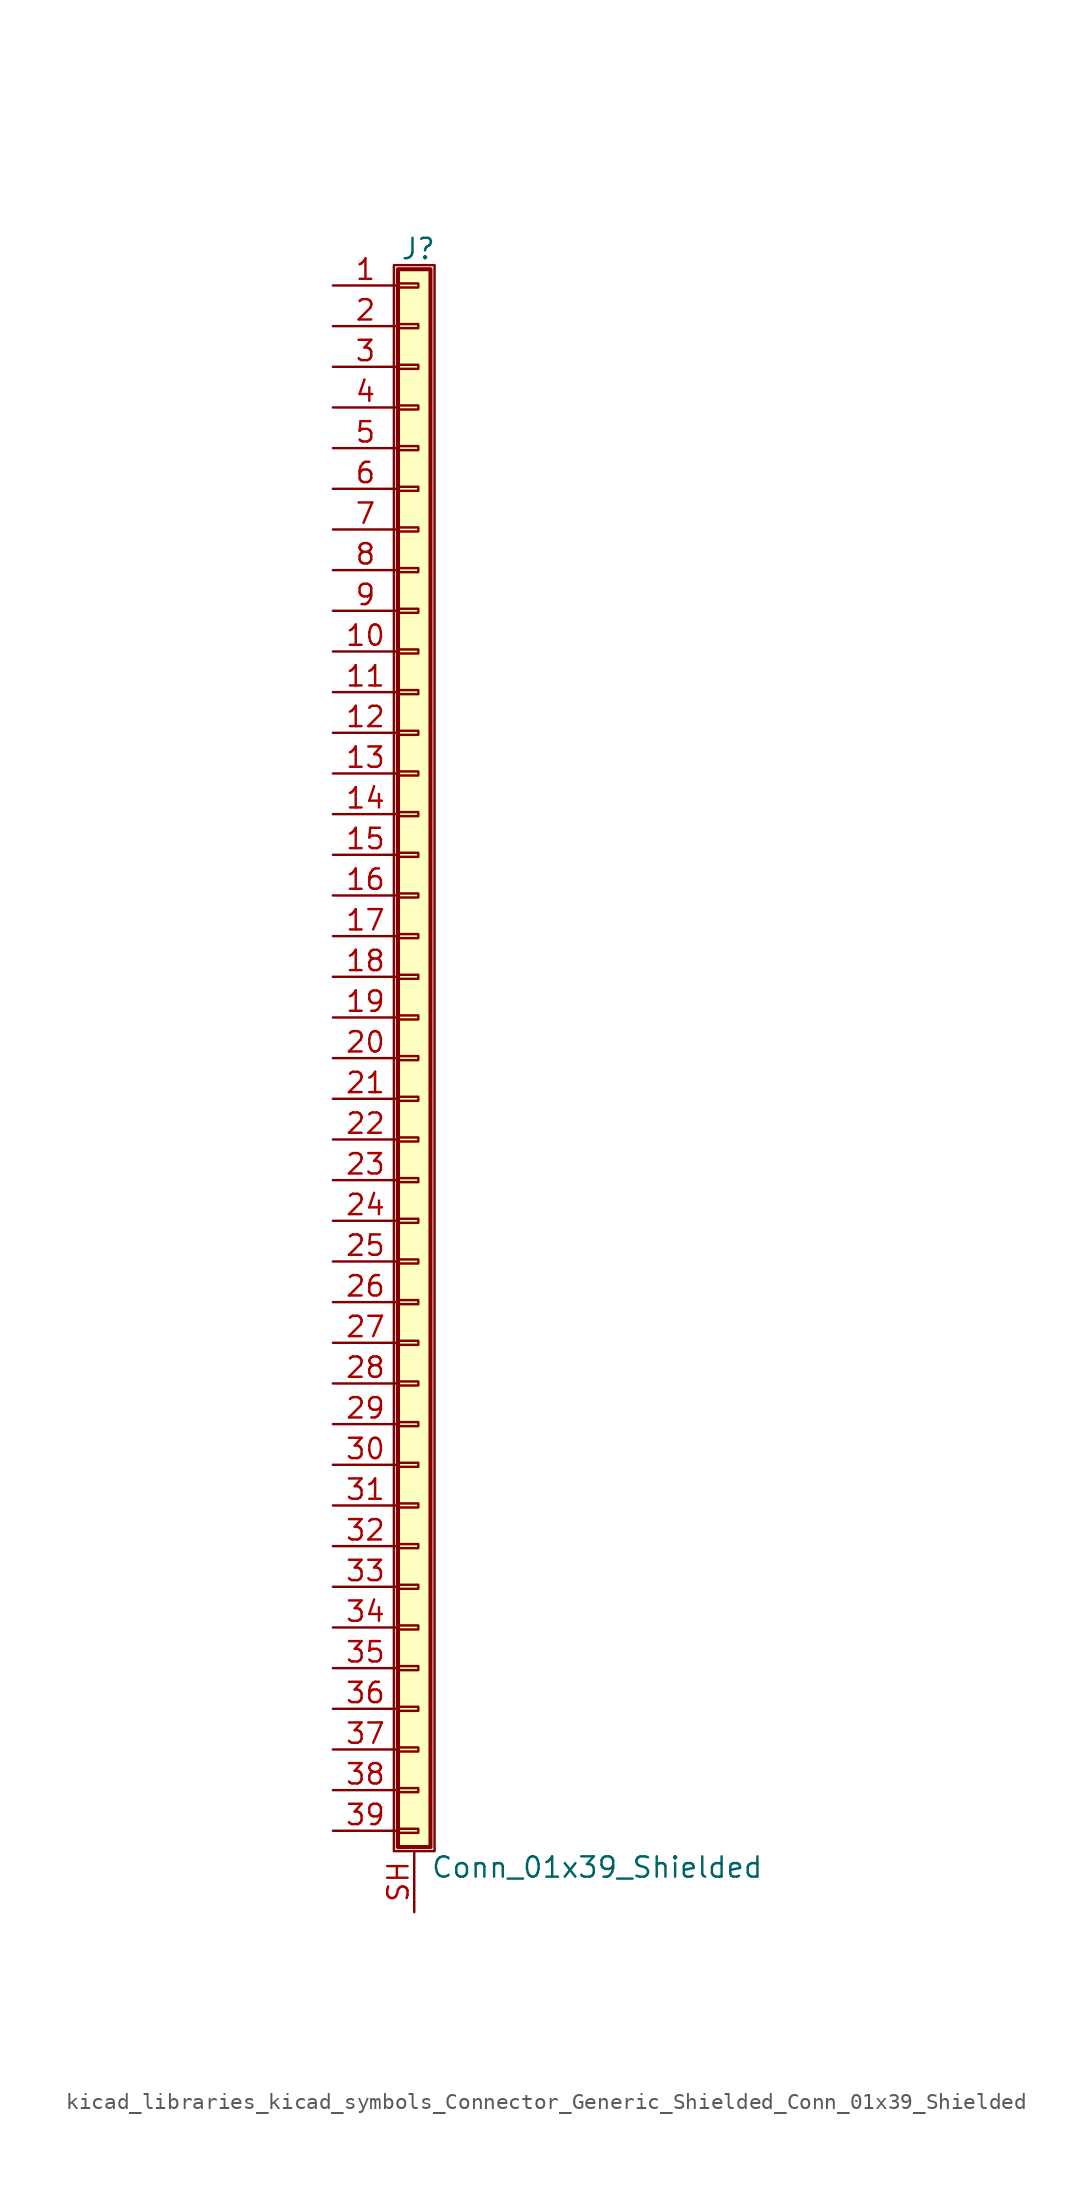
<source format=kicad_sym>
(kicad_symbol_lib
  (version 20220914)
  (generator kicad_symbol_editor)
  (symbol "kicad_libraries_kicad_symbols_Connector_Generic_Shielded_Conn_01x39_Shielded"
    (pin_names
      (offset 1.016) hide)
    (property "Reference" "J"
      (at 0.254 50.546 0)
      (effects (font (size 1.27 1.27))))
    (property "Value" "Conn_01x39_Shielded"
      (at 1.016 -50.546 0)
      (effects (font (size 1.27 1.27)) (justify left)))
    (symbol "kicad_libraries_kicad_symbols_Connector_Generic_Shielded_Conn_01x39_Shielded_1_1"
      (rectangle (start -1.27 49.53) (end 1.27 -49.53) (stroke (width 0.152) (type default)) (fill (type none)))
      (rectangle (start -1.016 -48.133) (end 0.254 -48.387) (stroke (width 0.152) (type default)) (fill (type none)))
      (rectangle (start -1.016 -45.593) (end 0.254 -45.847) (stroke (width 0.152) (type default)) (fill (type none)))
      (rectangle (start -1.016 -43.053) (end 0.254 -43.307) (stroke (width 0.152) (type default)) (fill (type none)))
      (rectangle (start -1.016 -40.513) (end 0.254 -40.767) (stroke (width 0.152) (type default)) (fill (type none)))
      (rectangle (start -1.016 -37.973) (end 0.254 -38.227) (stroke (width 0.152) (type default)) (fill (type none)))
      (rectangle (start -1.016 -35.433) (end 0.254 -35.687) (stroke (width 0.152) (type default)) (fill (type none)))
      (rectangle (start -1.016 -32.893) (end 0.254 -33.147) (stroke (width 0.152) (type default)) (fill (type none)))
      (rectangle (start -1.016 -30.353) (end 0.254 -30.607) (stroke (width 0.152) (type default)) (fill (type none)))
      (rectangle (start -1.016 -27.813) (end 0.254 -28.067) (stroke (width 0.152) (type default)) (fill (type none)))
      (rectangle (start -1.016 -25.273) (end 0.254 -25.527) (stroke (width 0.152) (type default)) (fill (type none)))
      (rectangle (start -1.016 -22.733) (end 0.254 -22.987) (stroke (width 0.152) (type default)) (fill (type none)))
      (rectangle (start -1.016 -20.193) (end 0.254 -20.447) (stroke (width 0.152) (type default)) (fill (type none)))
      (rectangle (start -1.016 -17.653) (end 0.254 -17.907) (stroke (width 0.152) (type default)) (fill (type none)))
      (rectangle (start -1.016 -15.113) (end 0.254 -15.367) (stroke (width 0.152) (type default)) (fill (type none)))
      (rectangle (start -1.016 -12.573) (end 0.254 -12.827) (stroke (width 0.152) (type default)) (fill (type none)))
      (rectangle (start -1.016 -10.033) (end 0.254 -10.287) (stroke (width 0.152) (type default)) (fill (type none)))
      (rectangle (start -1.016 -7.493) (end 0.254 -7.747) (stroke (width 0.152) (type default)) (fill (type none)))
      (rectangle (start -1.016 -4.953) (end 0.254 -5.207) (stroke (width 0.152) (type default)) (fill (type none)))
      (rectangle (start -1.016 -2.413) (end 0.254 -2.667) (stroke (width 0.152) (type default)) (fill (type none)))
      (rectangle (start -1.016 0.127) (end 0.254 -0.127) (stroke (width 0.152) (type default)) (fill (type none)))
      (rectangle (start -1.016 2.667) (end 0.254 2.413) (stroke (width 0.152) (type default)) (fill (type none)))
      (rectangle (start -1.016 5.207) (end 0.254 4.953) (stroke (width 0.152) (type default)) (fill (type none)))
      (rectangle (start -1.016 7.747) (end 0.254 7.493) (stroke (width 0.152) (type default)) (fill (type none)))
      (rectangle (start -1.016 10.287) (end 0.254 10.033) (stroke (width 0.152) (type default)) (fill (type none)))
      (rectangle (start -1.016 12.827) (end 0.254 12.573) (stroke (width 0.152) (type default)) (fill (type none)))
      (rectangle (start -1.016 15.367) (end 0.254 15.113) (stroke (width 0.152) (type default)) (fill (type none)))
      (rectangle (start -1.016 17.907) (end 0.254 17.653) (stroke (width 0.152) (type default)) (fill (type none)))
      (rectangle (start -1.016 20.447) (end 0.254 20.193) (stroke (width 0.152) (type default)) (fill (type none)))
      (rectangle (start -1.016 22.987) (end 0.254 22.733) (stroke (width 0.152) (type default)) (fill (type none)))
      (rectangle (start -1.016 25.527) (end 0.254 25.273) (stroke (width 0.152) (type default)) (fill (type none)))
      (rectangle (start -1.016 28.067) (end 0.254 27.813) (stroke (width 0.152) (type default)) (fill (type none)))
      (rectangle (start -1.016 30.607) (end 0.254 30.353) (stroke (width 0.152) (type default)) (fill (type none)))
      (rectangle (start -1.016 33.147) (end 0.254 32.893) (stroke (width 0.152) (type default)) (fill (type none)))
      (rectangle (start -1.016 35.687) (end 0.254 35.433) (stroke (width 0.152) (type default)) (fill (type none)))
      (rectangle (start -1.016 38.227) (end 0.254 37.973) (stroke (width 0.152) (type default)) (fill (type none)))
      (rectangle (start -1.016 40.767) (end 0.254 40.513) (stroke (width 0.152) (type default)) (fill (type none)))
      (rectangle (start -1.016 43.307) (end 0.254 43.053) (stroke (width 0.152) (type default)) (fill (type none)))
      (rectangle (start -1.016 45.847) (end 0.254 45.593) (stroke (width 0.152) (type default)) (fill (type none)))
      (rectangle (start -1.016 48.387) (end 0.254 48.133) (stroke (width 0.152) (type default)) (fill (type none)))
      (rectangle (start -1.016 49.276) (end 1.016 -49.276) (stroke (width 0.254) (type default)) (fill (type background)))
      (pin passive line (at -5.08 48.26 0) (length 4.064) (name "Pin_1" (effects (font (size 1.27 1.27)))) (number "1" (effects (font (size 1.27 1.27)))))
      (pin passive line (at -5.08 25.4 0) (length 4.064) (name "Pin_10" (effects (font (size 1.27 1.27)))) (number "10" (effects (font (size 1.27 1.27)))))
      (pin passive line (at -5.08 22.86 0) (length 4.064) (name "Pin_11" (effects (font (size 1.27 1.27)))) (number "11" (effects (font (size 1.27 1.27)))))
      (pin passive line (at -5.08 20.32 0) (length 4.064) (name "Pin_12" (effects (font (size 1.27 1.27)))) (number "12" (effects (font (size 1.27 1.27)))))
      (pin passive line (at -5.08 17.78 0) (length 4.064) (name "Pin_13" (effects (font (size 1.27 1.27)))) (number "13" (effects (font (size 1.27 1.27)))))
      (pin passive line (at -5.08 15.24 0) (length 4.064) (name "Pin_14" (effects (font (size 1.27 1.27)))) (number "14" (effects (font (size 1.27 1.27)))))
      (pin passive line (at -5.08 12.7 0) (length 4.064) (name "Pin_15" (effects (font (size 1.27 1.27)))) (number "15" (effects (font (size 1.27 1.27)))))
      (pin passive line (at -5.08 10.16 0) (length 4.064) (name "Pin_16" (effects (font (size 1.27 1.27)))) (number "16" (effects (font (size 1.27 1.27)))))
      (pin passive line (at -5.08 7.62 0) (length 4.064) (name "Pin_17" (effects (font (size 1.27 1.27)))) (number "17" (effects (font (size 1.27 1.27)))))
      (pin passive line (at -5.08 5.08 0) (length 4.064) (name "Pin_18" (effects (font (size 1.27 1.27)))) (number "18" (effects (font (size 1.27 1.27)))))
      (pin passive line (at -5.08 2.54 0) (length 4.064) (name "Pin_19" (effects (font (size 1.27 1.27)))) (number "19" (effects (font (size 1.27 1.27)))))
      (pin passive line (at -5.08 45.72 0) (length 4.064) (name "Pin_2" (effects (font (size 1.27 1.27)))) (number "2" (effects (font (size 1.27 1.27)))))
      (pin passive line (at -5.08 0 0) (length 4.064) (name "Pin_20" (effects (font (size 1.27 1.27)))) (number "20" (effects (font (size 1.27 1.27)))))
      (pin passive line (at -5.08 -2.54 0) (length 4.064) (name "Pin_21" (effects (font (size 1.27 1.27)))) (number "21" (effects (font (size 1.27 1.27)))))
      (pin passive line (at -5.08 -5.08 0) (length 4.064) (name "Pin_22" (effects (font (size 1.27 1.27)))) (number "22" (effects (font (size 1.27 1.27)))))
      (pin passive line (at -5.08 -7.62 0) (length 4.064) (name "Pin_23" (effects (font (size 1.27 1.27)))) (number "23" (effects (font (size 1.27 1.27)))))
      (pin passive line (at -5.08 -10.16 0) (length 4.064) (name "Pin_24" (effects (font (size 1.27 1.27)))) (number "24" (effects (font (size 1.27 1.27)))))
      (pin passive line (at -5.08 -12.7 0) (length 4.064) (name "Pin_25" (effects (font (size 1.27 1.27)))) (number "25" (effects (font (size 1.27 1.27)))))
      (pin passive line (at -5.08 -15.24 0) (length 4.064) (name "Pin_26" (effects (font (size 1.27 1.27)))) (number "26" (effects (font (size 1.27 1.27)))))
      (pin passive line (at -5.08 -17.78 0) (length 4.064) (name "Pin_27" (effects (font (size 1.27 1.27)))) (number "27" (effects (font (size 1.27 1.27)))))
      (pin passive line (at -5.08 -20.32 0) (length 4.064) (name "Pin_28" (effects (font (size 1.27 1.27)))) (number "28" (effects (font (size 1.27 1.27)))))
      (pin passive line (at -5.08 -22.86 0) (length 4.064) (name "Pin_29" (effects (font (size 1.27 1.27)))) (number "29" (effects (font (size 1.27 1.27)))))
      (pin passive line (at -5.08 43.18 0) (length 4.064) (name "Pin_3" (effects (font (size 1.27 1.27)))) (number "3" (effects (font (size 1.27 1.27)))))
      (pin passive line (at -5.08 -25.4 0) (length 4.064) (name "Pin_30" (effects (font (size 1.27 1.27)))) (number "30" (effects (font (size 1.27 1.27)))))
      (pin passive line (at -5.08 -27.94 0) (length 4.064) (name "Pin_31" (effects (font (size 1.27 1.27)))) (number "31" (effects (font (size 1.27 1.27)))))
      (pin passive line (at -5.08 -30.48 0) (length 4.064) (name "Pin_32" (effects (font (size 1.27 1.27)))) (number "32" (effects (font (size 1.27 1.27)))))
      (pin passive line (at -5.08 -33.02 0) (length 4.064) (name "Pin_33" (effects (font (size 1.27 1.27)))) (number "33" (effects (font (size 1.27 1.27)))))
      (pin passive line (at -5.08 -35.56 0) (length 4.064) (name "Pin_34" (effects (font (size 1.27 1.27)))) (number "34" (effects (font (size 1.27 1.27)))))
      (pin passive line (at -5.08 -38.1 0) (length 4.064) (name "Pin_35" (effects (font (size 1.27 1.27)))) (number "35" (effects (font (size 1.27 1.27)))))
      (pin passive line (at -5.08 -40.64 0) (length 4.064) (name "Pin_36" (effects (font (size 1.27 1.27)))) (number "36" (effects (font (size 1.27 1.27)))))
      (pin passive line (at -5.08 -43.18 0) (length 4.064) (name "Pin_37" (effects (font (size 1.27 1.27)))) (number "37" (effects (font (size 1.27 1.27)))))
      (pin passive line (at -5.08 -45.72 0) (length 4.064) (name "Pin_38" (effects (font (size 1.27 1.27)))) (number "38" (effects (font (size 1.27 1.27)))))
      (pin passive line (at -5.08 -48.26 0) (length 4.064) (name "Pin_39" (effects (font (size 1.27 1.27)))) (number "39" (effects (font (size 1.27 1.27)))))
      (pin passive line (at -5.08 40.64 0) (length 4.064) (name "Pin_4" (effects (font (size 1.27 1.27)))) (number "4" (effects (font (size 1.27 1.27)))))
      (pin passive line (at -5.08 38.1 0) (length 4.064) (name "Pin_5" (effects (font (size 1.27 1.27)))) (number "5" (effects (font (size 1.27 1.27)))))
      (pin passive line (at -5.08 35.56 0) (length 4.064) (name "Pin_6" (effects (font (size 1.27 1.27)))) (number "6" (effects (font (size 1.27 1.27)))))
      (pin passive line (at -5.08 33.02 0) (length 4.064) (name "Pin_7" (effects (font (size 1.27 1.27)))) (number "7" (effects (font (size 1.27 1.27)))))
      (pin passive line (at -5.08 30.48 0) (length 4.064) (name "Pin_8" (effects (font (size 1.27 1.27)))) (number "8" (effects (font (size 1.27 1.27)))))
      (pin passive line (at -5.08 27.94 0) (length 4.064) (name "Pin_9" (effects (font (size 1.27 1.27)))) (number "9" (effects (font (size 1.27 1.27)))))
      (pin passive line (at 0 -53.34 90) (length 3.81) (name "Shield" (effects (font (size 1.27 1.27)))) (number "SH" (effects (font (size 1.27 1.27))))))))
</source>
